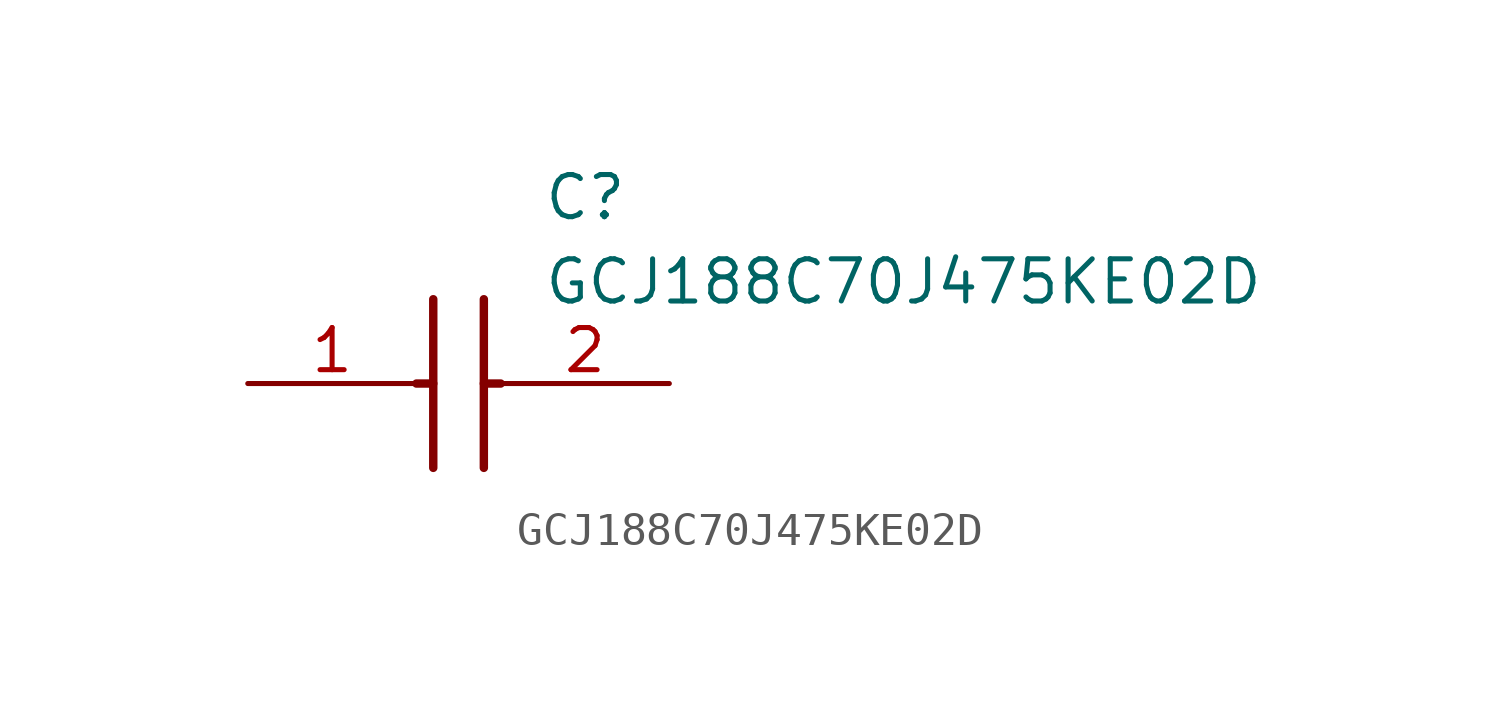
<source format=kicad_sym>
(kicad_symbol_lib
  (version 20211014)
  (generator SamacSys_ECAD_Model)
  (symbol "GCJ188C70J475KE02D"
    (pin_names hide)
    (property "Reference" "C"
      (at 8.89 6.35 0)
      (effects (font (size 1.27 1.27)) (justify left top)))
    (property "Value" "GCJ188C70J475KE02D"
      (at 8.89 3.81 0)
      (effects (font (size 1.27 1.27)) (justify left top)))
    (polyline
      (pts (xy 5.588 2.54) (xy 5.588 -2.54))
      (stroke (width 0.254) (type default))
      (fill (type none)))
    (polyline
      (pts (xy 7.112 2.54) (xy 7.112 -2.54))
      (stroke (width 0.254) (type default))
      (fill (type none)))
    (polyline
      (pts (xy 5.08 0) (xy 5.588 0))
      (stroke (width 0.254) (type default))
      (fill (type none)))
    (polyline
      (pts (xy 7.112 0) (xy 7.62 0))
      (stroke (width 0.254) (type default))
      (fill (type none)))
    (pin passive line
      (at 0 0 0)
      (length 5.08)
      (name "1" (effects (font (size 1.27 1.27))))
      (number "1" (effects (font (size 1.27 1.27)))))
    (pin passive line
      (at 12.7 0 180)
      (length 5.08)
      (name "2" (effects (font (size 1.27 1.27))))
      (number "2" (effects (font (size 1.27 1.27)))))))
</source>
